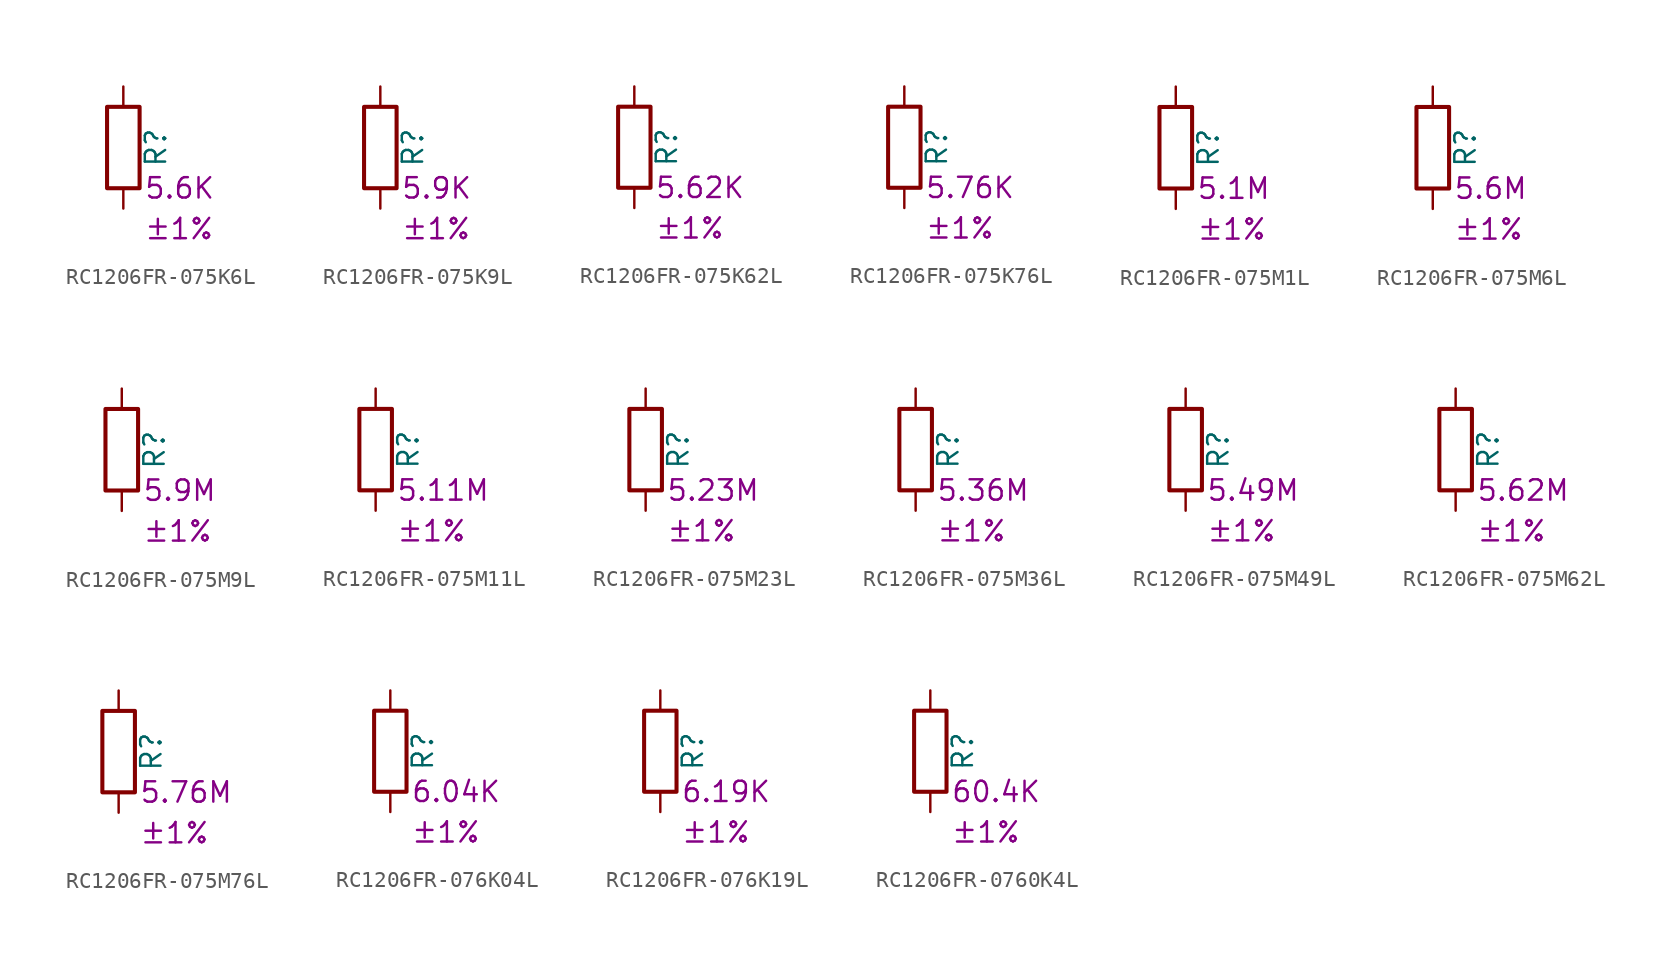
<source format=kicad_sym>
(kicad_symbol_lib
  (version 20220914)
  (generator kicad_symbol_editor)
  (symbol "RC1206FR-075K6L"
    (pin_numbers hide)
    (pin_names
      (offset 0))
    (property "Reference" "R"
      (at 2.032 0 90)
      (effects (font (size 1.27 1.27))))
    (property "Resistance" "5.6K"
      (at 1.27 -2.54 0)
      (effects (font (size 1.27 1.27)) (justify left)))
    (property "Tolerance" "±1%"
      (at 1.27 -5.08 0)
      (effects (font (size 1.27 1.27)) (justify left)))
    (symbol "RC1206FR-075K6L_0_1"
      (rectangle (start -1.016 -2.54) (end 1.016 2.54) (stroke (width 0.254) (type default)) (fill (type none))))
    (symbol "RC1206FR-075K6L_1_1"
      (pin passive line (at 0 3.81 270) (length 1.27) (name "~" (effects (font (size 1.27 1.27)))) (number "1" (effects (font (size 1.27 1.27)))))
      (pin passive line (at 0 -3.81 90) (length 1.27) (name "~" (effects (font (size 1.27 1.27)))) (number "2" (effects (font (size 1.27 1.27)))))))
  (symbol "RC1206FR-075K9L"
    (pin_numbers hide)
    (pin_names
      (offset 0))
    (property "Reference" "R"
      (at 2.032 0 90)
      (effects (font (size 1.27 1.27))))
    (property "Resistance" "5.9K"
      (at 1.27 -2.54 0)
      (effects (font (size 1.27 1.27)) (justify left)))
    (property "Tolerance" "±1%"
      (at 1.27 -5.08 0)
      (effects (font (size 1.27 1.27)) (justify left)))
    (symbol "RC1206FR-075K9L_0_1"
      (rectangle (start -1.016 -2.54) (end 1.016 2.54) (stroke (width 0.254) (type default)) (fill (type none))))
    (symbol "RC1206FR-075K9L_1_1"
      (pin passive line (at 0 3.81 270) (length 1.27) (name "~" (effects (font (size 1.27 1.27)))) (number "1" (effects (font (size 1.27 1.27)))))
      (pin passive line (at 0 -3.81 90) (length 1.27) (name "~" (effects (font (size 1.27 1.27)))) (number "2" (effects (font (size 1.27 1.27)))))))
  (symbol "RC1206FR-075K62L"
    (pin_numbers hide)
    (pin_names
      (offset 0))
    (property "Reference" "R"
      (at 2.032 0 90)
      (effects (font (size 1.27 1.27))))
    (property "Resistance" "5.62K"
      (at 1.27 -2.54 0)
      (effects (font (size 1.27 1.27)) (justify left)))
    (property "Tolerance" "±1%"
      (at 1.27 -5.08 0)
      (effects (font (size 1.27 1.27)) (justify left)))
    (symbol "RC1206FR-075K62L_0_1"
      (rectangle (start -1.016 -2.54) (end 1.016 2.54) (stroke (width 0.254) (type default)) (fill (type none))))
    (symbol "RC1206FR-075K62L_1_1"
      (pin passive line (at 0 3.81 270) (length 1.27) (name "~" (effects (font (size 1.27 1.27)))) (number "1" (effects (font (size 1.27 1.27)))))
      (pin passive line (at 0 -3.81 90) (length 1.27) (name "~" (effects (font (size 1.27 1.27)))) (number "2" (effects (font (size 1.27 1.27)))))))
  (symbol "RC1206FR-075K76L"
    (pin_numbers hide)
    (pin_names
      (offset 0))
    (property "Reference" "R"
      (at 2.032 0 90)
      (effects (font (size 1.27 1.27))))
    (property "Resistance" "5.76K"
      (at 1.27 -2.54 0)
      (effects (font (size 1.27 1.27)) (justify left)))
    (property "Tolerance" "±1%"
      (at 1.27 -5.08 0)
      (effects (font (size 1.27 1.27)) (justify left)))
    (symbol "RC1206FR-075K76L_0_1"
      (rectangle (start -1.016 -2.54) (end 1.016 2.54) (stroke (width 0.254) (type default)) (fill (type none))))
    (symbol "RC1206FR-075K76L_1_1"
      (pin passive line (at 0 3.81 270) (length 1.27) (name "~" (effects (font (size 1.27 1.27)))) (number "1" (effects (font (size 1.27 1.27)))))
      (pin passive line (at 0 -3.81 90) (length 1.27) (name "~" (effects (font (size 1.27 1.27)))) (number "2" (effects (font (size 1.27 1.27)))))))
  (symbol "RC1206FR-075M1L"
    (pin_numbers hide)
    (pin_names
      (offset 0))
    (property "Reference" "R"
      (at 2.032 0 90)
      (effects (font (size 1.27 1.27))))
    (property "Resistance" "5.1M"
      (at 1.27 -2.54 0)
      (effects (font (size 1.27 1.27)) (justify left)))
    (property "Tolerance" "±1%"
      (at 1.27 -5.08 0)
      (effects (font (size 1.27 1.27)) (justify left)))
    (symbol "RC1206FR-075M1L_0_1"
      (rectangle (start -1.016 -2.54) (end 1.016 2.54) (stroke (width 0.254) (type default)) (fill (type none))))
    (symbol "RC1206FR-075M1L_1_1"
      (pin passive line (at 0 3.81 270) (length 1.27) (name "~" (effects (font (size 1.27 1.27)))) (number "1" (effects (font (size 1.27 1.27)))))
      (pin passive line (at 0 -3.81 90) (length 1.27) (name "~" (effects (font (size 1.27 1.27)))) (number "2" (effects (font (size 1.27 1.27)))))))
  (symbol "RC1206FR-075M6L"
    (pin_numbers hide)
    (pin_names
      (offset 0))
    (property "Reference" "R"
      (at 2.032 0 90)
      (effects (font (size 1.27 1.27))))
    (property "Resistance" "5.6M"
      (at 1.27 -2.54 0)
      (effects (font (size 1.27 1.27)) (justify left)))
    (property "Tolerance" "±1%"
      (at 1.27 -5.08 0)
      (effects (font (size 1.27 1.27)) (justify left)))
    (symbol "RC1206FR-075M6L_0_1"
      (rectangle (start -1.016 -2.54) (end 1.016 2.54) (stroke (width 0.254) (type default)) (fill (type none))))
    (symbol "RC1206FR-075M6L_1_1"
      (pin passive line (at 0 3.81 270) (length 1.27) (name "~" (effects (font (size 1.27 1.27)))) (number "1" (effects (font (size 1.27 1.27)))))
      (pin passive line (at 0 -3.81 90) (length 1.27) (name "~" (effects (font (size 1.27 1.27)))) (number "2" (effects (font (size 1.27 1.27)))))))
  (symbol "RC1206FR-075M9L"
    (pin_numbers hide)
    (pin_names
      (offset 0))
    (property "Reference" "R"
      (at 2.032 0 90)
      (effects (font (size 1.27 1.27))))
    (property "Resistance" "5.9M"
      (at 1.27 -2.54 0)
      (effects (font (size 1.27 1.27)) (justify left)))
    (property "Tolerance" "±1%"
      (at 1.27 -5.08 0)
      (effects (font (size 1.27 1.27)) (justify left)))
    (symbol "RC1206FR-075M9L_0_1"
      (rectangle (start -1.016 -2.54) (end 1.016 2.54) (stroke (width 0.254) (type default)) (fill (type none))))
    (symbol "RC1206FR-075M9L_1_1"
      (pin passive line (at 0 3.81 270) (length 1.27) (name "~" (effects (font (size 1.27 1.27)))) (number "1" (effects (font (size 1.27 1.27)))))
      (pin passive line (at 0 -3.81 90) (length 1.27) (name "~" (effects (font (size 1.27 1.27)))) (number "2" (effects (font (size 1.27 1.27)))))))
  (symbol "RC1206FR-075M11L"
    (pin_numbers hide)
    (pin_names
      (offset 0))
    (property "Reference" "R"
      (at 2.032 0 90)
      (effects (font (size 1.27 1.27))))
    (property "Resistance" "5.11M"
      (at 1.27 -2.54 0)
      (effects (font (size 1.27 1.27)) (justify left)))
    (property "Tolerance" "±1%"
      (at 1.27 -5.08 0)
      (effects (font (size 1.27 1.27)) (justify left)))
    (symbol "RC1206FR-075M11L_0_1"
      (rectangle (start -1.016 -2.54) (end 1.016 2.54) (stroke (width 0.254) (type default)) (fill (type none))))
    (symbol "RC1206FR-075M11L_1_1"
      (pin passive line (at 0 3.81 270) (length 1.27) (name "~" (effects (font (size 1.27 1.27)))) (number "1" (effects (font (size 1.27 1.27)))))
      (pin passive line (at 0 -3.81 90) (length 1.27) (name "~" (effects (font (size 1.27 1.27)))) (number "2" (effects (font (size 1.27 1.27)))))))
  (symbol "RC1206FR-075M23L"
    (pin_numbers hide)
    (pin_names
      (offset 0))
    (property "Reference" "R"
      (at 2.032 0 90)
      (effects (font (size 1.27 1.27))))
    (property "Resistance" "5.23M"
      (at 1.27 -2.54 0)
      (effects (font (size 1.27 1.27)) (justify left)))
    (property "Tolerance" "±1%"
      (at 1.27 -5.08 0)
      (effects (font (size 1.27 1.27)) (justify left)))
    (symbol "RC1206FR-075M23L_0_1"
      (rectangle (start -1.016 -2.54) (end 1.016 2.54) (stroke (width 0.254) (type default)) (fill (type none))))
    (symbol "RC1206FR-075M23L_1_1"
      (pin passive line (at 0 3.81 270) (length 1.27) (name "~" (effects (font (size 1.27 1.27)))) (number "1" (effects (font (size 1.27 1.27)))))
      (pin passive line (at 0 -3.81 90) (length 1.27) (name "~" (effects (font (size 1.27 1.27)))) (number "2" (effects (font (size 1.27 1.27)))))))
  (symbol "RC1206FR-075M36L"
    (pin_numbers hide)
    (pin_names
      (offset 0))
    (property "Reference" "R"
      (at 2.032 0 90)
      (effects (font (size 1.27 1.27))))
    (property "Resistance" "5.36M"
      (at 1.27 -2.54 0)
      (effects (font (size 1.27 1.27)) (justify left)))
    (property "Tolerance" "±1%"
      (at 1.27 -5.08 0)
      (effects (font (size 1.27 1.27)) (justify left)))
    (symbol "RC1206FR-075M36L_0_1"
      (rectangle (start -1.016 -2.54) (end 1.016 2.54) (stroke (width 0.254) (type default)) (fill (type none))))
    (symbol "RC1206FR-075M36L_1_1"
      (pin passive line (at 0 3.81 270) (length 1.27) (name "~" (effects (font (size 1.27 1.27)))) (number "1" (effects (font (size 1.27 1.27)))))
      (pin passive line (at 0 -3.81 90) (length 1.27) (name "~" (effects (font (size 1.27 1.27)))) (number "2" (effects (font (size 1.27 1.27)))))))
  (symbol "RC1206FR-075M49L"
    (pin_numbers hide)
    (pin_names
      (offset 0))
    (property "Reference" "R"
      (at 2.032 0 90)
      (effects (font (size 1.27 1.27))))
    (property "Resistance" "5.49M"
      (at 1.27 -2.54 0)
      (effects (font (size 1.27 1.27)) (justify left)))
    (property "Tolerance" "±1%"
      (at 1.27 -5.08 0)
      (effects (font (size 1.27 1.27)) (justify left)))
    (symbol "RC1206FR-075M49L_0_1"
      (rectangle (start -1.016 -2.54) (end 1.016 2.54) (stroke (width 0.254) (type default)) (fill (type none))))
    (symbol "RC1206FR-075M49L_1_1"
      (pin passive line (at 0 3.81 270) (length 1.27) (name "~" (effects (font (size 1.27 1.27)))) (number "1" (effects (font (size 1.27 1.27)))))
      (pin passive line (at 0 -3.81 90) (length 1.27) (name "~" (effects (font (size 1.27 1.27)))) (number "2" (effects (font (size 1.27 1.27)))))))
  (symbol "RC1206FR-075M62L"
    (pin_numbers hide)
    (pin_names
      (offset 0))
    (property "Reference" "R"
      (at 2.032 0 90)
      (effects (font (size 1.27 1.27))))
    (property "Resistance" "5.62M"
      (at 1.27 -2.54 0)
      (effects (font (size 1.27 1.27)) (justify left)))
    (property "Tolerance" "±1%"
      (at 1.27 -5.08 0)
      (effects (font (size 1.27 1.27)) (justify left)))
    (symbol "RC1206FR-075M62L_0_1"
      (rectangle (start -1.016 -2.54) (end 1.016 2.54) (stroke (width 0.254) (type default)) (fill (type none))))
    (symbol "RC1206FR-075M62L_1_1"
      (pin passive line (at 0 3.81 270) (length 1.27) (name "~" (effects (font (size 1.27 1.27)))) (number "1" (effects (font (size 1.27 1.27)))))
      (pin passive line (at 0 -3.81 90) (length 1.27) (name "~" (effects (font (size 1.27 1.27)))) (number "2" (effects (font (size 1.27 1.27)))))))
  (symbol "RC1206FR-075M76L"
    (pin_numbers hide)
    (pin_names
      (offset 0))
    (property "Reference" "R"
      (at 2.032 0 90)
      (effects (font (size 1.27 1.27))))
    (property "Resistance" "5.76M"
      (at 1.27 -2.54 0)
      (effects (font (size 1.27 1.27)) (justify left)))
    (property "Tolerance" "±1%"
      (at 1.27 -5.08 0)
      (effects (font (size 1.27 1.27)) (justify left)))
    (symbol "RC1206FR-075M76L_0_1"
      (rectangle (start -1.016 -2.54) (end 1.016 2.54) (stroke (width 0.254) (type default)) (fill (type none))))
    (symbol "RC1206FR-075M76L_1_1"
      (pin passive line (at 0 3.81 270) (length 1.27) (name "~" (effects (font (size 1.27 1.27)))) (number "1" (effects (font (size 1.27 1.27)))))
      (pin passive line (at 0 -3.81 90) (length 1.27) (name "~" (effects (font (size 1.27 1.27)))) (number "2" (effects (font (size 1.27 1.27)))))))
  (symbol "RC1206FR-076K04L"
    (pin_numbers hide)
    (pin_names
      (offset 0))
    (property "Reference" "R"
      (at 2.032 0 90)
      (effects (font (size 1.27 1.27))))
    (property "Resistance" "6.04K"
      (at 1.27 -2.54 0)
      (effects (font (size 1.27 1.27)) (justify left)))
    (property "Tolerance" "±1%"
      (at 1.27 -5.08 0)
      (effects (font (size 1.27 1.27)) (justify left)))
    (symbol "RC1206FR-076K04L_0_1"
      (rectangle (start -1.016 -2.54) (end 1.016 2.54) (stroke (width 0.254) (type default)) (fill (type none))))
    (symbol "RC1206FR-076K04L_1_1"
      (pin passive line (at 0 3.81 270) (length 1.27) (name "~" (effects (font (size 1.27 1.27)))) (number "1" (effects (font (size 1.27 1.27)))))
      (pin passive line (at 0 -3.81 90) (length 1.27) (name "~" (effects (font (size 1.27 1.27)))) (number "2" (effects (font (size 1.27 1.27)))))))
  (symbol "RC1206FR-076K19L"
    (pin_numbers hide)
    (pin_names
      (offset 0))
    (property "Reference" "R"
      (at 2.032 0 90)
      (effects (font (size 1.27 1.27))))
    (property "Resistance" "6.19K"
      (at 1.27 -2.54 0)
      (effects (font (size 1.27 1.27)) (justify left)))
    (property "Tolerance" "±1%"
      (at 1.27 -5.08 0)
      (effects (font (size 1.27 1.27)) (justify left)))
    (symbol "RC1206FR-076K19L_0_1"
      (rectangle (start -1.016 -2.54) (end 1.016 2.54) (stroke (width 0.254) (type default)) (fill (type none))))
    (symbol "RC1206FR-076K19L_1_1"
      (pin passive line (at 0 3.81 270) (length 1.27) (name "~" (effects (font (size 1.27 1.27)))) (number "1" (effects (font (size 1.27 1.27)))))
      (pin passive line (at 0 -3.81 90) (length 1.27) (name "~" (effects (font (size 1.27 1.27)))) (number "2" (effects (font (size 1.27 1.27)))))))
  (symbol "RC1206FR-0760K4L"
    (pin_numbers hide)
    (pin_names
      (offset 0))
    (property "Reference" "R"
      (at 2.032 0 90)
      (effects (font (size 1.27 1.27))))
    (property "Resistance" "60.4K"
      (at 1.27 -2.54 0)
      (effects (font (size 1.27 1.27)) (justify left)))
    (property "Tolerance" "±1%"
      (at 1.27 -5.08 0)
      (effects (font (size 1.27 1.27)) (justify left)))
    (symbol "RC1206FR-0760K4L_0_1"
      (rectangle (start -1.016 -2.54) (end 1.016 2.54) (stroke (width 0.254) (type default)) (fill (type none))))
    (symbol "RC1206FR-0760K4L_1_1"
      (pin passive line (at 0 3.81 270) (length 1.27) (name "~" (effects (font (size 1.27 1.27)))) (number "1" (effects (font (size 1.27 1.27)))))
      (pin passive line (at 0 -3.81 90) (length 1.27) (name "~" (effects (font (size 1.27 1.27)))) (number "2" (effects (font (size 1.27 1.27))))))))
</source>
